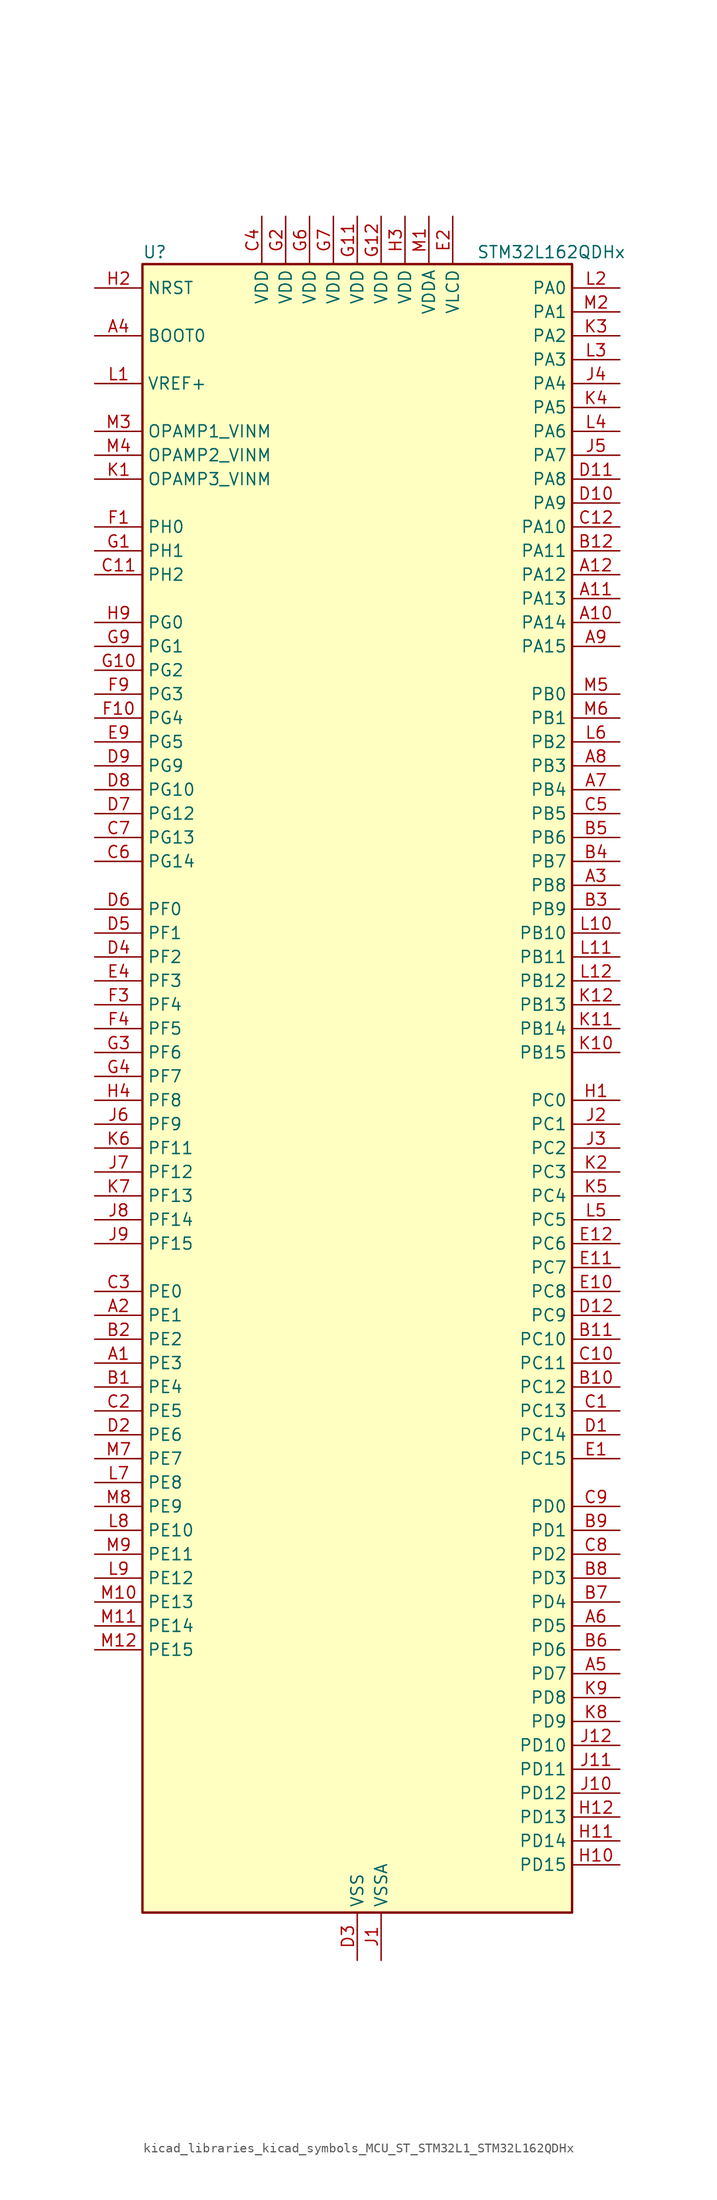
<source format=kicad_sym>
(kicad_symbol_lib
  (version 20220914)
  (generator kicad_symbol_editor)
  (symbol "kicad_libraries_kicad_symbols_MCU_ST_STM32L1_STM32L162QDHx"
    (property "Reference" "U"
      (at -22.86 90.17 0)
      (effects (font (size 1.27 1.27)) (justify left)))
    (property "Value" "STM32L162QDHx"
      (at 12.7 90.17 0)
      (effects (font (size 1.27 1.27)) (justify left)))
    (property "ki_locked" ""
      (at 0 0 0)
      (effects (font (size 1.27 1.27))))
    (symbol "kicad_libraries_kicad_symbols_MCU_ST_STM32L1_STM32L162QDHx_0_1"
      (rectangle (start -22.86 -86.36) (end 22.86 88.9) (stroke (width 0.254) (type default)) (fill (type background))))
    (symbol "kicad_libraries_kicad_symbols_MCU_ST_STM32L1_STM32L162QDHx_1_1"
      (pin bidirectional line (at -27.94 -27.94 0) (length 5.08) (name "PE3" (effects (font (size 1.27 1.27)))) (number "A1" (effects (font (size 1.27 1.27)))) (alternate "FSMC_A19" bidirectional line) (alternate "LCD_SEG39" bidirectional line) (alternate "SYS_TRACED0" bidirectional line) (alternate "TIM3_CH1" bidirectional line) (alternate "TIMX_IC4" bidirectional line))
      (pin bidirectional line (at 27.94 50.8 180) (length 5.08) (name "PA14" (effects (font (size 1.27 1.27)))) (number "A10" (effects (font (size 1.27 1.27)))) (alternate "SYS_JTCK-SWCLK" bidirectional line) (alternate "TIMX_IC3" bidirectional line) (alternate "TS_G5_IO2" bidirectional line))
      (pin bidirectional line (at 27.94 53.34 180) (length 5.08) (name "PA13" (effects (font (size 1.27 1.27)))) (number "A11" (effects (font (size 1.27 1.27)))) (alternate "SYS_JTMS-SWDIO" bidirectional line) (alternate "TIMX_IC2" bidirectional line) (alternate "TS_G5_IO1" bidirectional line))
      (pin bidirectional line (at 27.94 55.88 180) (length 5.08) (name "PA12" (effects (font (size 1.27 1.27)))) (number "A12" (effects (font (size 1.27 1.27)))) (alternate "SPI1_MOSI" bidirectional line) (alternate "TIMX_IC1" bidirectional line) (alternate "USART1_RTS" bidirectional line) (alternate "USB_DP" bidirectional line))
      (pin bidirectional line (at -27.94 -22.86 0) (length 5.08) (name "PE1" (effects (font (size 1.27 1.27)))) (number "A2" (effects (font (size 1.27 1.27)))) (alternate "FSMC_NBL1" bidirectional line) (alternate "LCD_SEG37" bidirectional line) (alternate "TIM11_CH1" bidirectional line) (alternate "TIMX_IC2" bidirectional line))
      (pin bidirectional line (at 27.94 22.86 180) (length 5.08) (name "PB8" (effects (font (size 1.27 1.27)))) (number "A3" (effects (font (size 1.27 1.27)))) (alternate "I2C1_SCL" bidirectional line) (alternate "LCD_SEG16" bidirectional line) (alternate "SDIO_D4" bidirectional line) (alternate "TIM10_CH1" bidirectional line) (alternate "TIM4_CH3" bidirectional line))
      (pin input line (at -27.94 81.28 0) (length 5.08) (name "BOOT0" (effects (font (size 1.27 1.27)))) (number "A4" (effects (font (size 1.27 1.27)))))
      (pin bidirectional line (at 27.94 -60.96 180) (length 5.08) (name "PD7" (effects (font (size 1.27 1.27)))) (number "A5" (effects (font (size 1.27 1.27)))) (alternate "FSMC_NE1" bidirectional line) (alternate "TIM9_CH2" bidirectional line) (alternate "TIMX_IC4" bidirectional line) (alternate "USART2_CK" bidirectional line))
      (pin bidirectional line (at 27.94 -55.88 180) (length 5.08) (name "PD5" (effects (font (size 1.27 1.27)))) (number "A6" (effects (font (size 1.27 1.27)))) (alternate "FSMC_NWE" bidirectional line) (alternate "TIMX_IC2" bidirectional line) (alternate "USART2_TX" bidirectional line))
      (pin bidirectional line (at 27.94 33.02 180) (length 5.08) (name "PB4" (effects (font (size 1.27 1.27)))) (number "A7" (effects (font (size 1.27 1.27)))) (alternate "COMP2_INP" bidirectional line) (alternate "LCD_SEG8" bidirectional line) (alternate "SPI1_MISO" bidirectional line) (alternate "SPI3_MISO" bidirectional line) (alternate "SYS_JTRST" bidirectional line) (alternate "TIM3_CH1" bidirectional line) (alternate "TS_G6_IO1" bidirectional line))
      (pin bidirectional line (at 27.94 35.56 180) (length 5.08) (name "PB3" (effects (font (size 1.27 1.27)))) (number "A8" (effects (font (size 1.27 1.27)))) (alternate "COMP2_INM" bidirectional line) (alternate "I2S3_CK" bidirectional line) (alternate "LCD_SEG7" bidirectional line) (alternate "SPI1_SCK" bidirectional line) (alternate "SPI3_SCK" bidirectional line) (alternate "SYS_JTDO-TRACESWO" bidirectional line) (alternate "TIM2_CH2" bidirectional line))
      (pin bidirectional line (at 27.94 48.26 180) (length 5.08) (name "PA15" (effects (font (size 1.27 1.27)))) (number "A9" (effects (font (size 1.27 1.27)))) (alternate "ADC_EXTI15" bidirectional line) (alternate "I2S3_WS" bidirectional line) (alternate "LCD_SEG17" bidirectional line) (alternate "SPI1_NSS" bidirectional line) (alternate "SPI3_NSS" bidirectional line) (alternate "SYS_JTDI" bidirectional line) (alternate "TIM2_CH1" bidirectional line) (alternate "TIM2_ETR" bidirectional line) (alternate "TIMX_IC4" bidirectional line) (alternate "TS_G5_IO3" bidirectional line))
      (pin bidirectional line (at -27.94 -30.48 0) (length 5.08) (name "PE4" (effects (font (size 1.27 1.27)))) (number "B1" (effects (font (size 1.27 1.27)))) (alternate "FSMC_A20" bidirectional line) (alternate "SYS_TRACED1" bidirectional line) (alternate "TIM3_CH2" bidirectional line) (alternate "TIMX_IC1" bidirectional line))
      (pin bidirectional line (at 27.94 -30.48 180) (length 5.08) (name "PC12" (effects (font (size 1.27 1.27)))) (number "B10" (effects (font (size 1.27 1.27)))) (alternate "I2S3_SD" bidirectional line) (alternate "LCD_COM6" bidirectional line) (alternate "LCD_SEG30" bidirectional line) (alternate "LCD_SEG42" bidirectional line) (alternate "SDIO_CK" bidirectional line) (alternate "SPI3_MOSI" bidirectional line) (alternate "TIMX_IC1" bidirectional line) (alternate "UART5_TX" bidirectional line) (alternate "USART3_CK" bidirectional line))
      (pin bidirectional line (at 27.94 -25.4 180) (length 5.08) (name "PC10" (effects (font (size 1.27 1.27)))) (number "B11" (effects (font (size 1.27 1.27)))) (alternate "I2S3_CK" bidirectional line) (alternate "LCD_COM4" bidirectional line) (alternate "LCD_SEG28" bidirectional line) (alternate "LCD_SEG40" bidirectional line) (alternate "SDIO_D2" bidirectional line) (alternate "SPI3_SCK" bidirectional line) (alternate "TIMX_IC3" bidirectional line) (alternate "UART4_TX" bidirectional line) (alternate "USART3_TX" bidirectional line))
      (pin bidirectional line (at 27.94 58.42 180) (length 5.08) (name "PA11" (effects (font (size 1.27 1.27)))) (number "B12" (effects (font (size 1.27 1.27)))) (alternate "ADC_EXTI11" bidirectional line) (alternate "SPI1_MISO" bidirectional line) (alternate "TIMX_IC4" bidirectional line) (alternate "USART1_CTS" bidirectional line) (alternate "USB_DM" bidirectional line))
      (pin bidirectional line (at -27.94 -25.4 0) (length 5.08) (name "PE2" (effects (font (size 1.27 1.27)))) (number "B2" (effects (font (size 1.27 1.27)))) (alternate "FSMC_A23" bidirectional line) (alternate "LCD_SEG38" bidirectional line) (alternate "SYS_TRACECK" bidirectional line) (alternate "TIM3_ETR" bidirectional line) (alternate "TIMX_IC3" bidirectional line))
      (pin bidirectional line (at 27.94 20.32 180) (length 5.08) (name "PB9" (effects (font (size 1.27 1.27)))) (number "B3" (effects (font (size 1.27 1.27)))) (alternate "DAC_EXTI9" bidirectional line) (alternate "I2C1_SDA" bidirectional line) (alternate "LCD_COM3" bidirectional line) (alternate "SDIO_D5" bidirectional line) (alternate "TIM11_CH1" bidirectional line) (alternate "TIM4_CH4" bidirectional line))
      (pin bidirectional line (at 27.94 25.4 180) (length 5.08) (name "PB7" (effects (font (size 1.27 1.27)))) (number "B4" (effects (font (size 1.27 1.27)))) (alternate "COMP2_INP" bidirectional line) (alternate "FSMC_NL" bidirectional line) (alternate "I2C1_SDA" bidirectional line) (alternate "SYS_PVD_IN" bidirectional line) (alternate "TIM4_CH2" bidirectional line) (alternate "TS_G6_IO4" bidirectional line) (alternate "USART1_RX" bidirectional line))
      (pin bidirectional line (at 27.94 27.94 180) (length 5.08) (name "PB6" (effects (font (size 1.27 1.27)))) (number "B5" (effects (font (size 1.27 1.27)))) (alternate "COMP2_INP" bidirectional line) (alternate "I2C1_SCL" bidirectional line) (alternate "TIM4_CH1" bidirectional line) (alternate "TS_G6_IO3" bidirectional line) (alternate "USART1_TX" bidirectional line))
      (pin bidirectional line (at 27.94 -58.42 180) (length 5.08) (name "PD6" (effects (font (size 1.27 1.27)))) (number "B6" (effects (font (size 1.27 1.27)))) (alternate "FSMC_NWAIT" bidirectional line) (alternate "TIMX_IC3" bidirectional line) (alternate "USART2_RX" bidirectional line))
      (pin bidirectional line (at 27.94 -53.34 180) (length 5.08) (name "PD4" (effects (font (size 1.27 1.27)))) (number "B7" (effects (font (size 1.27 1.27)))) (alternate "FSMC_NOE" bidirectional line) (alternate "I2S2_SD" bidirectional line) (alternate "SPI2_MOSI" bidirectional line) (alternate "TIMX_IC1" bidirectional line) (alternate "USART2_RTS" bidirectional line))
      (pin bidirectional line (at 27.94 -50.8 180) (length 5.08) (name "PD3" (effects (font (size 1.27 1.27)))) (number "B8" (effects (font (size 1.27 1.27)))) (alternate "FSMC_CLK" bidirectional line) (alternate "SPI2_MISO" bidirectional line) (alternate "TIMX_IC4" bidirectional line) (alternate "USART2_CTS" bidirectional line))
      (pin bidirectional line (at 27.94 -45.72 180) (length 5.08) (name "PD1" (effects (font (size 1.27 1.27)))) (number "B9" (effects (font (size 1.27 1.27)))) (alternate "FSMC_D3" bidirectional line) (alternate "FSMC_DA3" bidirectional line) (alternate "I2S2_CK" bidirectional line) (alternate "SPI2_SCK" bidirectional line) (alternate "TIMX_IC2" bidirectional line))
      (pin bidirectional line (at 27.94 -33.02 180) (length 5.08) (name "PC13" (effects (font (size 1.27 1.27)))) (number "C1" (effects (font (size 1.27 1.27)))) (alternate "RTC_OUT_ALARM" bidirectional line) (alternate "RTC_OUT_CALIB" bidirectional line) (alternate "RTC_TAMP1" bidirectional line) (alternate "RTC_TS" bidirectional line) (alternate "SYS_WKUP2" bidirectional line) (alternate "TIMX_IC2" bidirectional line))
      (pin bidirectional line (at 27.94 -27.94 180) (length 5.08) (name "PC11" (effects (font (size 1.27 1.27)))) (number "C10" (effects (font (size 1.27 1.27)))) (alternate "ADC_EXTI11" bidirectional line) (alternate "LCD_COM5" bidirectional line) (alternate "LCD_SEG29" bidirectional line) (alternate "LCD_SEG41" bidirectional line) (alternate "SDIO_D3" bidirectional line) (alternate "SPI3_MISO" bidirectional line) (alternate "TIMX_IC4" bidirectional line) (alternate "UART4_RX" bidirectional line) (alternate "USART3_RX" bidirectional line))
      (pin bidirectional line (at -27.94 55.88 0) (length 5.08) (name "PH2" (effects (font (size 1.27 1.27)))) (number "C11" (effects (font (size 1.27 1.27)))) (alternate "FSMC_A22" bidirectional line))
      (pin bidirectional line (at 27.94 60.96 180) (length 5.08) (name "PA10" (effects (font (size 1.27 1.27)))) (number "C12" (effects (font (size 1.27 1.27)))) (alternate "LCD_COM2" bidirectional line) (alternate "TIMX_IC3" bidirectional line) (alternate "TS_G4_IO3" bidirectional line) (alternate "USART1_RX" bidirectional line))
      (pin bidirectional line (at -27.94 -33.02 0) (length 5.08) (name "PE5" (effects (font (size 1.27 1.27)))) (number "C2" (effects (font (size 1.27 1.27)))) (alternate "FSMC_A21" bidirectional line) (alternate "SYS_TRACED2" bidirectional line) (alternate "TIM9_CH1" bidirectional line) (alternate "TIMX_IC2" bidirectional line))
      (pin bidirectional line (at -27.94 -20.32 0) (length 5.08) (name "PE0" (effects (font (size 1.27 1.27)))) (number "C3" (effects (font (size 1.27 1.27)))) (alternate "FSMC_NBL0" bidirectional line) (alternate "LCD_SEG36" bidirectional line) (alternate "TIM10_CH1" bidirectional line) (alternate "TIM4_ETR" bidirectional line) (alternate "TIMX_IC1" bidirectional line))
      (pin power_in line (at -10.16 93.98 270) (length 5.08) (name "VDD" (effects (font (size 1.27 1.27)))) (number "C4" (effects (font (size 1.27 1.27)))))
      (pin bidirectional line (at 27.94 30.48 180) (length 5.08) (name "PB5" (effects (font (size 1.27 1.27)))) (number "C5" (effects (font (size 1.27 1.27)))) (alternate "COMP2_INP" bidirectional line) (alternate "I2C1_SMBA" bidirectional line) (alternate "I2S3_SD" bidirectional line) (alternate "LCD_SEG9" bidirectional line) (alternate "SPI1_MOSI" bidirectional line) (alternate "SPI3_MOSI" bidirectional line) (alternate "TIM3_CH2" bidirectional line) (alternate "TS_G6_IO2" bidirectional line))
      (pin bidirectional line (at -27.94 25.4 0) (length 5.08) (name "PG14" (effects (font (size 1.27 1.27)))) (number "C6" (effects (font (size 1.27 1.27)))) (alternate "FSMC_A25" bidirectional line))
      (pin bidirectional line (at -27.94 27.94 0) (length 5.08) (name "PG13" (effects (font (size 1.27 1.27)))) (number "C7" (effects (font (size 1.27 1.27)))) (alternate "FSMC_A24" bidirectional line))
      (pin bidirectional line (at 27.94 -48.26 180) (length 5.08) (name "PD2" (effects (font (size 1.27 1.27)))) (number "C8" (effects (font (size 1.27 1.27)))) (alternate "LCD_COM7" bidirectional line) (alternate "LCD_SEG31" bidirectional line) (alternate "LCD_SEG43" bidirectional line) (alternate "SDIO_CMD" bidirectional line) (alternate "TIM3_ETR" bidirectional line) (alternate "TIMX_IC3" bidirectional line) (alternate "UART5_RX" bidirectional line))
      (pin bidirectional line (at 27.94 -43.18 180) (length 5.08) (name "PD0" (effects (font (size 1.27 1.27)))) (number "C9" (effects (font (size 1.27 1.27)))) (alternate "FSMC_D2" bidirectional line) (alternate "FSMC_DA2" bidirectional line) (alternate "I2S2_WS" bidirectional line) (alternate "SPI2_NSS" bidirectional line) (alternate "TIM9_CH1" bidirectional line) (alternate "TIMX_IC1" bidirectional line))
      (pin bidirectional line (at 27.94 -35.56 180) (length 5.08) (name "PC14" (effects (font (size 1.27 1.27)))) (number "D1" (effects (font (size 1.27 1.27)))) (alternate "RCC_OSC32_IN" bidirectional line) (alternate "TIMX_IC3" bidirectional line))
      (pin bidirectional line (at 27.94 63.5 180) (length 5.08) (name "PA9" (effects (font (size 1.27 1.27)))) (number "D10" (effects (font (size 1.27 1.27)))) (alternate "DAC_EXTI9" bidirectional line) (alternate "LCD_COM1" bidirectional line) (alternate "TIMX_IC2" bidirectional line) (alternate "TS_G4_IO2" bidirectional line) (alternate "USART1_TX" bidirectional line))
      (pin bidirectional line (at 27.94 66.04 180) (length 5.08) (name "PA8" (effects (font (size 1.27 1.27)))) (number "D11" (effects (font (size 1.27 1.27)))) (alternate "LCD_COM0" bidirectional line) (alternate "RCC_MCO" bidirectional line) (alternate "TIMX_IC1" bidirectional line) (alternate "TS_G4_IO1" bidirectional line) (alternate "USART1_CK" bidirectional line))
      (pin bidirectional line (at 27.94 -22.86 180) (length 5.08) (name "PC9" (effects (font (size 1.27 1.27)))) (number "D12" (effects (font (size 1.27 1.27)))) (alternate "DAC_EXTI9" bidirectional line) (alternate "LCD_SEG27" bidirectional line) (alternate "SDIO_D1" bidirectional line) (alternate "TIM3_CH4" bidirectional line) (alternate "TIMX_IC2" bidirectional line) (alternate "TS_G10_IO4" bidirectional line))
      (pin bidirectional line (at -27.94 -35.56 0) (length 5.08) (name "PE6" (effects (font (size 1.27 1.27)))) (number "D2" (effects (font (size 1.27 1.27)))) (alternate "RTC_TAMP3" bidirectional line) (alternate "SYS_TRACED3" bidirectional line) (alternate "SYS_WKUP3" bidirectional line) (alternate "TIM9_CH2" bidirectional line) (alternate "TIMX_IC3" bidirectional line))
      (pin power_in line (at 0 -91.44 90) (length 5.08) (name "VSS" (effects (font (size 1.27 1.27)))) (number "D3" (effects (font (size 1.27 1.27)))))
      (pin bidirectional line (at -27.94 15.24 0) (length 5.08) (name "PF2" (effects (font (size 1.27 1.27)))) (number "D4" (effects (font (size 1.27 1.27)))) (alternate "FSMC_A2" bidirectional line))
      (pin bidirectional line (at -27.94 17.78 0) (length 5.08) (name "PF1" (effects (font (size 1.27 1.27)))) (number "D5" (effects (font (size 1.27 1.27)))) (alternate "FSMC_A1" bidirectional line))
      (pin bidirectional line (at -27.94 20.32 0) (length 5.08) (name "PF0" (effects (font (size 1.27 1.27)))) (number "D6" (effects (font (size 1.27 1.27)))) (alternate "FSMC_A0" bidirectional line))
      (pin bidirectional line (at -27.94 30.48 0) (length 5.08) (name "PG12" (effects (font (size 1.27 1.27)))) (number "D7" (effects (font (size 1.27 1.27)))) (alternate "FSMC_NE4" bidirectional line))
      (pin bidirectional line (at -27.94 33.02 0) (length 5.08) (name "PG10" (effects (font (size 1.27 1.27)))) (number "D8" (effects (font (size 1.27 1.27)))) (alternate "FSMC_NE3" bidirectional line))
      (pin bidirectional line (at -27.94 35.56 0) (length 5.08) (name "PG9" (effects (font (size 1.27 1.27)))) (number "D9" (effects (font (size 1.27 1.27)))) (alternate "DAC_EXTI9" bidirectional line) (alternate "FSMC_NE2" bidirectional line))
      (pin bidirectional line (at 27.94 -38.1 180) (length 5.08) (name "PC15" (effects (font (size 1.27 1.27)))) (number "E1" (effects (font (size 1.27 1.27)))) (alternate "ADC_EXTI15" bidirectional line) (alternate "RCC_OSC32_OUT" bidirectional line) (alternate "TIMX_IC4" bidirectional line))
      (pin bidirectional line (at 27.94 -20.32 180) (length 5.08) (name "PC8" (effects (font (size 1.27 1.27)))) (number "E10" (effects (font (size 1.27 1.27)))) (alternate "LCD_SEG26" bidirectional line) (alternate "SDIO_D0" bidirectional line) (alternate "TIM3_CH3" bidirectional line) (alternate "TIMX_IC1" bidirectional line) (alternate "TS_G10_IO3" bidirectional line))
      (pin bidirectional line (at 27.94 -17.78 180) (length 5.08) (name "PC7" (effects (font (size 1.27 1.27)))) (number "E11" (effects (font (size 1.27 1.27)))) (alternate "I2S3_MCK" bidirectional line) (alternate "LCD_SEG25" bidirectional line) (alternate "SDIO_D7" bidirectional line) (alternate "TIM3_CH2" bidirectional line) (alternate "TIMX_IC4" bidirectional line) (alternate "TS_G10_IO2" bidirectional line))
      (pin bidirectional line (at 27.94 -15.24 180) (length 5.08) (name "PC6" (effects (font (size 1.27 1.27)))) (number "E12" (effects (font (size 1.27 1.27)))) (alternate "I2S2_MCK" bidirectional line) (alternate "LCD_SEG24" bidirectional line) (alternate "SDIO_D6" bidirectional line) (alternate "TIM3_CH1" bidirectional line) (alternate "TIMX_IC3" bidirectional line) (alternate "TS_G10_IO1" bidirectional line))
      (pin power_in line (at 10.16 93.98 270) (length 5.08) (name "VLCD" (effects (font (size 1.27 1.27)))) (number "E2" (effects (font (size 1.27 1.27)))))
      (pin passive line (at 0 -91.44 90) (length 5.08) hide (name "VSS" (effects (font (size 1.27 1.27)))) (number "E3" (effects (font (size 1.27 1.27)))))
      (pin bidirectional line (at -27.94 12.7 0) (length 5.08) (name "PF3" (effects (font (size 1.27 1.27)))) (number "E4" (effects (font (size 1.27 1.27)))) (alternate "FSMC_A3" bidirectional line))
      (pin bidirectional line (at -27.94 38.1 0) (length 5.08) (name "PG5" (effects (font (size 1.27 1.27)))) (number "E9" (effects (font (size 1.27 1.27)))) (alternate "FSMC_A15" bidirectional line))
      (pin bidirectional line (at -27.94 60.96 0) (length 5.08) (name "PH0" (effects (font (size 1.27 1.27)))) (number "F1" (effects (font (size 1.27 1.27)))) (alternate "RCC_OSC_IN" bidirectional line))
      (pin bidirectional line (at -27.94 40.64 0) (length 5.08) (name "PG4" (effects (font (size 1.27 1.27)))) (number "F10" (effects (font (size 1.27 1.27)))) (alternate "ADC_IN12b" bidirectional line) (alternate "FSMC_A14" bidirectional line) (alternate "TS_G7_IO7" bidirectional line))
      (pin passive line (at 0 -91.44 90) (length 5.08) hide (name "VSS" (effects (font (size 1.27 1.27)))) (number "F11" (effects (font (size 1.27 1.27)))))
      (pin passive line (at 0 -91.44 90) (length 5.08) hide (name "VSS" (effects (font (size 1.27 1.27)))) (number "F12" (effects (font (size 1.27 1.27)))))
      (pin passive line (at 0 -91.44 90) (length 5.08) hide (name "VSS" (effects (font (size 1.27 1.27)))) (number "F2" (effects (font (size 1.27 1.27)))))
      (pin bidirectional line (at -27.94 10.16 0) (length 5.08) (name "PF4" (effects (font (size 1.27 1.27)))) (number "F3" (effects (font (size 1.27 1.27)))) (alternate "FSMC_A4" bidirectional line))
      (pin bidirectional line (at -27.94 7.62 0) (length 5.08) (name "PF5" (effects (font (size 1.27 1.27)))) (number "F4" (effects (font (size 1.27 1.27)))) (alternate "FSMC_A5" bidirectional line))
      (pin passive line (at 0 -91.44 90) (length 5.08) hide (name "VSS" (effects (font (size 1.27 1.27)))) (number "F6" (effects (font (size 1.27 1.27)))))
      (pin passive line (at 0 -91.44 90) (length 5.08) hide (name "VSS" (effects (font (size 1.27 1.27)))) (number "F7" (effects (font (size 1.27 1.27)))))
      (pin bidirectional line (at -27.94 43.18 0) (length 5.08) (name "PG3" (effects (font (size 1.27 1.27)))) (number "F9" (effects (font (size 1.27 1.27)))) (alternate "ADC_IN11b" bidirectional line) (alternate "FSMC_A13" bidirectional line) (alternate "TS_G7_IO6" bidirectional line))
      (pin bidirectional line (at -27.94 58.42 0) (length 5.08) (name "PH1" (effects (font (size 1.27 1.27)))) (number "G1" (effects (font (size 1.27 1.27)))) (alternate "RCC_OSC_OUT" bidirectional line))
      (pin bidirectional line (at -27.94 45.72 0) (length 5.08) (name "PG2" (effects (font (size 1.27 1.27)))) (number "G10" (effects (font (size 1.27 1.27)))) (alternate "ADC_IN10b" bidirectional line) (alternate "FSMC_A12" bidirectional line) (alternate "TS_G7_IO5" bidirectional line))
      (pin power_in line (at 0 93.98 270) (length 5.08) (name "VDD" (effects (font (size 1.27 1.27)))) (number "G11" (effects (font (size 1.27 1.27)))))
      (pin power_in line (at 2.54 93.98 270) (length 5.08) (name "VDD" (effects (font (size 1.27 1.27)))) (number "G12" (effects (font (size 1.27 1.27)))))
      (pin power_in line (at -7.62 93.98 270) (length 5.08) (name "VDD" (effects (font (size 1.27 1.27)))) (number "G2" (effects (font (size 1.27 1.27)))))
      (pin bidirectional line (at -27.94 5.08 0) (length 5.08) (name "PF6" (effects (font (size 1.27 1.27)))) (number "G3" (effects (font (size 1.27 1.27)))) (alternate "ADC_IN27" bidirectional line) (alternate "TIM5_CH1" bidirectional line) (alternate "TIM5_ETR" bidirectional line) (alternate "TS_G11_IO1" bidirectional line))
      (pin bidirectional line (at -27.94 2.54 0) (length 5.08) (name "PF7" (effects (font (size 1.27 1.27)))) (number "G4" (effects (font (size 1.27 1.27)))) (alternate "ADC_IN28" bidirectional line) (alternate "COMP1_INP" bidirectional line) (alternate "TIM5_CH2" bidirectional line) (alternate "TS_G11_IO2" bidirectional line))
      (pin power_in line (at -5.08 93.98 270) (length 5.08) (name "VDD" (effects (font (size 1.27 1.27)))) (number "G6" (effects (font (size 1.27 1.27)))))
      (pin power_in line (at -2.54 93.98 270) (length 5.08) (name "VDD" (effects (font (size 1.27 1.27)))) (number "G7" (effects (font (size 1.27 1.27)))))
      (pin bidirectional line (at -27.94 48.26 0) (length 5.08) (name "PG1" (effects (font (size 1.27 1.27)))) (number "G9" (effects (font (size 1.27 1.27)))) (alternate "ADC_IN9b" bidirectional line) (alternate "FSMC_A11" bidirectional line) (alternate "TS_G2_IO5" bidirectional line))
      (pin bidirectional line (at 27.94 0 180) (length 5.08) (name "PC0" (effects (font (size 1.27 1.27)))) (number "H1" (effects (font (size 1.27 1.27)))) (alternate "ADC_IN10" bidirectional line) (alternate "COMP1_INP" bidirectional line) (alternate "LCD_SEG18" bidirectional line) (alternate "TIMX_IC1" bidirectional line) (alternate "TS_G8_IO1" bidirectional line))
      (pin bidirectional line (at 27.94 -81.28 180) (length 5.08) (name "PD15" (effects (font (size 1.27 1.27)))) (number "H10" (effects (font (size 1.27 1.27)))) (alternate "ADC_EXTI15" bidirectional line) (alternate "FSMC_D1" bidirectional line) (alternate "FSMC_DA1" bidirectional line) (alternate "LCD_SEG35" bidirectional line) (alternate "TIM4_CH4" bidirectional line) (alternate "TIMX_IC4" bidirectional line))
      (pin bidirectional line (at 27.94 -78.74 180) (length 5.08) (name "PD14" (effects (font (size 1.27 1.27)))) (number "H11" (effects (font (size 1.27 1.27)))) (alternate "FSMC_D0" bidirectional line) (alternate "FSMC_DA0" bidirectional line) (alternate "LCD_SEG34" bidirectional line) (alternate "TIM4_CH3" bidirectional line) (alternate "TIMX_IC3" bidirectional line))
      (pin bidirectional line (at 27.94 -76.2 180) (length 5.08) (name "PD13" (effects (font (size 1.27 1.27)))) (number "H12" (effects (font (size 1.27 1.27)))) (alternate "FSMC_A18" bidirectional line) (alternate "LCD_SEG33" bidirectional line) (alternate "TIM4_CH2" bidirectional line) (alternate "TIMX_IC2" bidirectional line))
      (pin input line (at -27.94 86.36 0) (length 5.08) (name "NRST" (effects (font (size 1.27 1.27)))) (number "H2" (effects (font (size 1.27 1.27)))))
      (pin power_in line (at 5.08 93.98 270) (length 5.08) (name "VDD" (effects (font (size 1.27 1.27)))) (number "H3" (effects (font (size 1.27 1.27)))))
      (pin bidirectional line (at -27.94 0 0) (length 5.08) (name "PF8" (effects (font (size 1.27 1.27)))) (number "H4" (effects (font (size 1.27 1.27)))) (alternate "ADC_IN29" bidirectional line) (alternate "COMP1_INP" bidirectional line) (alternate "TIM5_CH3" bidirectional line) (alternate "TS_G11_IO3" bidirectional line))
      (pin bidirectional line (at -27.94 50.8 0) (length 5.08) (name "PG0" (effects (font (size 1.27 1.27)))) (number "H9" (effects (font (size 1.27 1.27)))) (alternate "ADC_IN8b" bidirectional line) (alternate "FSMC_A10" bidirectional line) (alternate "TS_G2_IO4" bidirectional line))
      (pin power_in line (at 2.54 -91.44 90) (length 5.08) (name "VSSA" (effects (font (size 1.27 1.27)))) (number "J1" (effects (font (size 1.27 1.27)))))
      (pin bidirectional line (at 27.94 -73.66 180) (length 5.08) (name "PD12" (effects (font (size 1.27 1.27)))) (number "J10" (effects (font (size 1.27 1.27)))) (alternate "FSMC_A17" bidirectional line) (alternate "LCD_SEG32" bidirectional line) (alternate "TIM4_CH1" bidirectional line) (alternate "TIMX_IC1" bidirectional line) (alternate "USART3_RTS" bidirectional line))
      (pin bidirectional line (at 27.94 -71.12 180) (length 5.08) (name "PD11" (effects (font (size 1.27 1.27)))) (number "J11" (effects (font (size 1.27 1.27)))) (alternate "ADC_EXTI11" bidirectional line) (alternate "FSMC_A16" bidirectional line) (alternate "LCD_SEG31" bidirectional line) (alternate "TIMX_IC4" bidirectional line) (alternate "USART3_CTS" bidirectional line))
      (pin bidirectional line (at 27.94 -68.58 180) (length 5.08) (name "PD10" (effects (font (size 1.27 1.27)))) (number "J12" (effects (font (size 1.27 1.27)))) (alternate "FSMC_D15" bidirectional line) (alternate "FSMC_DA15" bidirectional line) (alternate "LCD_SEG30" bidirectional line) (alternate "TIMX_IC3" bidirectional line) (alternate "USART3_CK" bidirectional line))
      (pin bidirectional line (at 27.94 -2.54 180) (length 5.08) (name "PC1" (effects (font (size 1.27 1.27)))) (number "J2" (effects (font (size 1.27 1.27)))) (alternate "ADC_IN11" bidirectional line) (alternate "COMP1_INP" bidirectional line) (alternate "LCD_SEG19" bidirectional line) (alternate "OPAMP3_VINP" bidirectional line) (alternate "TIMX_IC2" bidirectional line) (alternate "TS_G8_IO2" bidirectional line))
      (pin bidirectional line (at 27.94 -5.08 180) (length 5.08) (name "PC2" (effects (font (size 1.27 1.27)))) (number "J3" (effects (font (size 1.27 1.27)))) (alternate "ADC_IN12" bidirectional line) (alternate "COMP1_INP" bidirectional line) (alternate "LCD_SEG20" bidirectional line) (alternate "TIMX_IC3" bidirectional line) (alternate "TS_G8_IO3" bidirectional line))
      (pin bidirectional line (at 27.94 76.2 180) (length 5.08) (name "PA4" (effects (font (size 1.27 1.27)))) (number "J4" (effects (font (size 1.27 1.27)))) (alternate "ADC_IN4" bidirectional line) (alternate "COMP1_INP" bidirectional line) (alternate "DAC_OUT1" bidirectional line) (alternate "I2S3_WS" bidirectional line) (alternate "SPI1_NSS" bidirectional line) (alternate "SPI3_NSS" bidirectional line) (alternate "TIMX_IC1" bidirectional line) (alternate "USART2_CK" bidirectional line))
      (pin bidirectional line (at 27.94 68.58 180) (length 5.08) (name "PA7" (effects (font (size 1.27 1.27)))) (number "J5" (effects (font (size 1.27 1.27)))) (alternate "ADC_IN7" bidirectional line) (alternate "COMP1_INP" bidirectional line) (alternate "LCD_SEG4" bidirectional line) (alternate "SPI1_MOSI" bidirectional line) (alternate "TIM11_CH1" bidirectional line) (alternate "TIM3_CH2" bidirectional line) (alternate "TIMX_IC4" bidirectional line) (alternate "TS_G2_IO2" bidirectional line))
      (pin bidirectional line (at -27.94 -2.54 0) (length 5.08) (name "PF9" (effects (font (size 1.27 1.27)))) (number "J6" (effects (font (size 1.27 1.27)))) (alternate "ADC_IN30" bidirectional line) (alternate "COMP1_INP" bidirectional line) (alternate "DAC_EXTI9" bidirectional line) (alternate "TIM5_CH4" bidirectional line) (alternate "TS_G11_IO4" bidirectional line))
      (pin bidirectional line (at -27.94 -7.62 0) (length 5.08) (name "PF12" (effects (font (size 1.27 1.27)))) (number "J7" (effects (font (size 1.27 1.27)))) (alternate "ADC_IN2b" bidirectional line) (alternate "FSMC_A6" bidirectional line) (alternate "TS_G3_IO5" bidirectional line))
      (pin bidirectional line (at -27.94 -12.7 0) (length 5.08) (name "PF14" (effects (font (size 1.27 1.27)))) (number "J8" (effects (font (size 1.27 1.27)))) (alternate "ADC_IN6b" bidirectional line) (alternate "FSMC_A8" bidirectional line) (alternate "TS_G9_IO4" bidirectional line))
      (pin bidirectional line (at -27.94 -15.24 0) (length 5.08) (name "PF15" (effects (font (size 1.27 1.27)))) (number "J9" (effects (font (size 1.27 1.27)))) (alternate "ADC_EXTI15" bidirectional line) (alternate "ADC_IN7b" bidirectional line) (alternate "FSMC_A9" bidirectional line) (alternate "TS_G2_IO3" bidirectional line))
      (pin input line (at -27.94 66.04 0) (length 5.08) (name "OPAMP3_VINM" (effects (font (size 1.27 1.27)))) (number "K1" (effects (font (size 1.27 1.27)))) (alternate "OPAMP3_VINM" bidirectional line))
      (pin bidirectional line (at 27.94 5.08 180) (length 5.08) (name "PB15" (effects (font (size 1.27 1.27)))) (number "K10" (effects (font (size 1.27 1.27)))) (alternate "ADC_EXTI15" bidirectional line) (alternate "ADC_IN21" bidirectional line) (alternate "COMP1_INP" bidirectional line) (alternate "I2S2_SD" bidirectional line) (alternate "LCD_SEG15" bidirectional line) (alternate "RTC_REFIN" bidirectional line) (alternate "SPI2_MOSI" bidirectional line) (alternate "TIM11_CH1" bidirectional line) (alternate "TS_G7_IO4" bidirectional line))
      (pin bidirectional line (at 27.94 7.62 180) (length 5.08) (name "PB14" (effects (font (size 1.27 1.27)))) (number "K11" (effects (font (size 1.27 1.27)))) (alternate "ADC_IN20" bidirectional line) (alternate "COMP1_INP" bidirectional line) (alternate "LCD_SEG14" bidirectional line) (alternate "SPI2_MISO" bidirectional line) (alternate "TIM9_CH2" bidirectional line) (alternate "TS_G7_IO3" bidirectional line) (alternate "USART3_RTS" bidirectional line))
      (pin bidirectional line (at 27.94 10.16 180) (length 5.08) (name "PB13" (effects (font (size 1.27 1.27)))) (number "K12" (effects (font (size 1.27 1.27)))) (alternate "ADC_IN19" bidirectional line) (alternate "COMP1_INP" bidirectional line) (alternate "I2S2_CK" bidirectional line) (alternate "LCD_SEG13" bidirectional line) (alternate "SPI2_SCK" bidirectional line) (alternate "TIM9_CH1" bidirectional line) (alternate "TS_G7_IO2" bidirectional line) (alternate "USART3_CTS" bidirectional line))
      (pin bidirectional line (at 27.94 -7.62 180) (length 5.08) (name "PC3" (effects (font (size 1.27 1.27)))) (number "K2" (effects (font (size 1.27 1.27)))) (alternate "ADC_IN13" bidirectional line) (alternate "COMP1_INP" bidirectional line) (alternate "LCD_SEG21" bidirectional line) (alternate "OPAMP3_VOUT" bidirectional line) (alternate "TIMX_IC4" bidirectional line) (alternate "TS_G8_IO4" bidirectional line))
      (pin bidirectional line (at 27.94 81.28 180) (length 5.08) (name "PA2" (effects (font (size 1.27 1.27)))) (number "K3" (effects (font (size 1.27 1.27)))) (alternate "ADC_IN2" bidirectional line) (alternate "COMP1_INP" bidirectional line) (alternate "LCD_SEG1" bidirectional line) (alternate "TIM2_CH3" bidirectional line) (alternate "TIM5_CH3" bidirectional line) (alternate "TIM9_CH1" bidirectional line) (alternate "TIMX_IC3" bidirectional line) (alternate "TS_G1_IO3" bidirectional line) (alternate "USART2_TX" bidirectional line))
      (pin bidirectional line (at 27.94 73.66 180) (length 5.08) (name "PA5" (effects (font (size 1.27 1.27)))) (number "K4" (effects (font (size 1.27 1.27)))) (alternate "ADC_IN5" bidirectional line) (alternate "COMP1_INP" bidirectional line) (alternate "DAC_OUT2" bidirectional line) (alternate "SPI1_SCK" bidirectional line) (alternate "TIM2_CH1" bidirectional line) (alternate "TIM2_ETR" bidirectional line) (alternate "TIMX_IC2" bidirectional line))
      (pin bidirectional line (at 27.94 -10.16 180) (length 5.08) (name "PC4" (effects (font (size 1.27 1.27)))) (number "K5" (effects (font (size 1.27 1.27)))) (alternate "ADC_IN14" bidirectional line) (alternate "COMP1_INP" bidirectional line) (alternate "LCD_SEG22" bidirectional line) (alternate "TIMX_IC1" bidirectional line) (alternate "TS_G9_IO1" bidirectional line))
      (pin bidirectional line (at -27.94 -5.08 0) (length 5.08) (name "PF11" (effects (font (size 1.27 1.27)))) (number "K6" (effects (font (size 1.27 1.27)))) (alternate "ADC_EXTI11" bidirectional line) (alternate "ADC_IN1b" bidirectional line) (alternate "TS_G3_IO4" bidirectional line))
      (pin bidirectional line (at -27.94 -10.16 0) (length 5.08) (name "PF13" (effects (font (size 1.27 1.27)))) (number "K7" (effects (font (size 1.27 1.27)))) (alternate "ADC_IN3b" bidirectional line) (alternate "FSMC_A7" bidirectional line) (alternate "TS_G9_IO3" bidirectional line))
      (pin bidirectional line (at 27.94 -66.04 180) (length 5.08) (name "PD9" (effects (font (size 1.27 1.27)))) (number "K8" (effects (font (size 1.27 1.27)))) (alternate "DAC_EXTI9" bidirectional line) (alternate "FSMC_D14" bidirectional line) (alternate "FSMC_DA14" bidirectional line) (alternate "LCD_SEG29" bidirectional line) (alternate "TIMX_IC2" bidirectional line) (alternate "USART3_RX" bidirectional line))
      (pin bidirectional line (at 27.94 -63.5 180) (length 5.08) (name "PD8" (effects (font (size 1.27 1.27)))) (number "K9" (effects (font (size 1.27 1.27)))) (alternate "FSMC_D13" bidirectional line) (alternate "FSMC_DA13" bidirectional line) (alternate "LCD_SEG28" bidirectional line) (alternate "TIMX_IC1" bidirectional line) (alternate "USART3_TX" bidirectional line))
      (pin input line (at -27.94 76.2 0) (length 5.08) (name "VREF+" (effects (font (size 1.27 1.27)))) (number "L1" (effects (font (size 1.27 1.27)))))
      (pin bidirectional line (at 27.94 17.78 180) (length 5.08) (name "PB10" (effects (font (size 1.27 1.27)))) (number "L10" (effects (font (size 1.27 1.27)))) (alternate "I2C2_SCL" bidirectional line) (alternate "LCD_SEG10" bidirectional line) (alternate "TIM2_CH3" bidirectional line) (alternate "USART3_TX" bidirectional line))
      (pin bidirectional line (at 27.94 15.24 180) (length 5.08) (name "PB11" (effects (font (size 1.27 1.27)))) (number "L11" (effects (font (size 1.27 1.27)))) (alternate "ADC_EXTI11" bidirectional line) (alternate "I2C2_SDA" bidirectional line) (alternate "LCD_SEG11" bidirectional line) (alternate "TIM2_CH4" bidirectional line) (alternate "USART3_RX" bidirectional line))
      (pin bidirectional line (at 27.94 12.7 180) (length 5.08) (name "PB12" (effects (font (size 1.27 1.27)))) (number "L12" (effects (font (size 1.27 1.27)))) (alternate "ADC_IN18" bidirectional line) (alternate "COMP1_INP" bidirectional line) (alternate "I2C2_SMBA" bidirectional line) (alternate "I2S2_WS" bidirectional line) (alternate "LCD_SEG12" bidirectional line) (alternate "SPI2_NSS" bidirectional line) (alternate "TIM10_CH1" bidirectional line) (alternate "TS_G7_IO1" bidirectional line) (alternate "USART3_CK" bidirectional line))
      (pin bidirectional line (at 27.94 86.36 180) (length 5.08) (name "PA0" (effects (font (size 1.27 1.27)))) (number "L2" (effects (font (size 1.27 1.27)))) (alternate "ADC_IN0" bidirectional line) (alternate "COMP1_INP" bidirectional line) (alternate "RTC_TAMP2" bidirectional line) (alternate "SYS_WKUP1" bidirectional line) (alternate "TIM2_CH1" bidirectional line) (alternate "TIM2_ETR" bidirectional line) (alternate "TIM5_CH1" bidirectional line) (alternate "TIMX_IC1" bidirectional line) (alternate "TS_G1_IO1" bidirectional line) (alternate "USART2_CTS" bidirectional line))
      (pin bidirectional line (at 27.94 78.74 180) (length 5.08) (name "PA3" (effects (font (size 1.27 1.27)))) (number "L3" (effects (font (size 1.27 1.27)))) (alternate "ADC_IN3" bidirectional line) (alternate "COMP1_INP" bidirectional line) (alternate "LCD_SEG2" bidirectional line) (alternate "OPAMP1_VOUT" bidirectional line) (alternate "TIM2_CH4" bidirectional line) (alternate "TIM5_CH4" bidirectional line) (alternate "TIM9_CH2" bidirectional line) (alternate "TIMX_IC4" bidirectional line) (alternate "TS_G1_IO4" bidirectional line) (alternate "USART2_RX" bidirectional line))
      (pin bidirectional line (at 27.94 71.12 180) (length 5.08) (name "PA6" (effects (font (size 1.27 1.27)))) (number "L4" (effects (font (size 1.27 1.27)))) (alternate "ADC_IN6" bidirectional line) (alternate "COMP1_INP" bidirectional line) (alternate "LCD_SEG3" bidirectional line) (alternate "OPAMP2_VINP" bidirectional line) (alternate "SPI1_MISO" bidirectional line) (alternate "TIM10_CH1" bidirectional line) (alternate "TIM3_CH1" bidirectional line) (alternate "TIMX_IC3" bidirectional line) (alternate "TS_G2_IO1" bidirectional line))
      (pin bidirectional line (at 27.94 -12.7 180) (length 5.08) (name "PC5" (effects (font (size 1.27 1.27)))) (number "L5" (effects (font (size 1.27 1.27)))) (alternate "ADC_IN15" bidirectional line) (alternate "COMP1_INP" bidirectional line) (alternate "LCD_SEG23" bidirectional line) (alternate "TIMX_IC2" bidirectional line) (alternate "TS_G9_IO2" bidirectional line))
      (pin bidirectional line (at 27.94 38.1 180) (length 5.08) (name "PB2" (effects (font (size 1.27 1.27)))) (number "L6" (effects (font (size 1.27 1.27)))) (alternate "ADC_IN0b" bidirectional line) (alternate "TS_G3_IO3" bidirectional line))
      (pin bidirectional line (at -27.94 -40.64 0) (length 5.08) (name "PE8" (effects (font (size 1.27 1.27)))) (number "L7" (effects (font (size 1.27 1.27)))) (alternate "ADC_IN23" bidirectional line) (alternate "COMP1_INP" bidirectional line) (alternate "FSMC_D5" bidirectional line) (alternate "FSMC_DA5" bidirectional line) (alternate "TIMX_IC1" bidirectional line))
      (pin bidirectional line (at -27.94 -45.72 0) (length 5.08) (name "PE10" (effects (font (size 1.27 1.27)))) (number "L8" (effects (font (size 1.27 1.27)))) (alternate "ADC_IN25" bidirectional line) (alternate "COMP1_INP" bidirectional line) (alternate "FSMC_D7" bidirectional line) (alternate "FSMC_DA7" bidirectional line) (alternate "TIM2_CH2" bidirectional line) (alternate "TIMX_IC3" bidirectional line))
      (pin bidirectional line (at -27.94 -50.8 0) (length 5.08) (name "PE12" (effects (font (size 1.27 1.27)))) (number "L9" (effects (font (size 1.27 1.27)))) (alternate "FSMC_D9" bidirectional line) (alternate "FSMC_DA9" bidirectional line) (alternate "SPI1_NSS" bidirectional line) (alternate "TIM2_CH4" bidirectional line) (alternate "TIMX_IC1" bidirectional line))
      (pin power_in line (at 7.62 93.98 270) (length 5.08) (name "VDDA" (effects (font (size 1.27 1.27)))) (number "M1" (effects (font (size 1.27 1.27)))))
      (pin bidirectional line (at -27.94 -53.34 0) (length 5.08) (name "PE13" (effects (font (size 1.27 1.27)))) (number "M10" (effects (font (size 1.27 1.27)))) (alternate "FSMC_D10" bidirectional line) (alternate "FSMC_DA10" bidirectional line) (alternate "SPI1_SCK" bidirectional line) (alternate "TIMX_IC2" bidirectional line))
      (pin bidirectional line (at -27.94 -55.88 0) (length 5.08) (name "PE14" (effects (font (size 1.27 1.27)))) (number "M11" (effects (font (size 1.27 1.27)))) (alternate "FSMC_D11" bidirectional line) (alternate "FSMC_DA11" bidirectional line) (alternate "SPI1_MISO" bidirectional line) (alternate "TIMX_IC3" bidirectional line))
      (pin bidirectional line (at -27.94 -58.42 0) (length 5.08) (name "PE15" (effects (font (size 1.27 1.27)))) (number "M12" (effects (font (size 1.27 1.27)))) (alternate "ADC_EXTI15" bidirectional line) (alternate "FSMC_D12" bidirectional line) (alternate "FSMC_DA12" bidirectional line) (alternate "SPI1_MOSI" bidirectional line) (alternate "TIMX_IC4" bidirectional line))
      (pin bidirectional line (at 27.94 83.82 180) (length 5.08) (name "PA1" (effects (font (size 1.27 1.27)))) (number "M2" (effects (font (size 1.27 1.27)))) (alternate "ADC_IN1" bidirectional line) (alternate "COMP1_INP" bidirectional line) (alternate "LCD_SEG0" bidirectional line) (alternate "OPAMP1_VINP" bidirectional line) (alternate "TIM2_CH2" bidirectional line) (alternate "TIM5_CH2" bidirectional line) (alternate "TIMX_IC2" bidirectional line) (alternate "TS_G1_IO2" bidirectional line) (alternate "USART2_RTS" bidirectional line))
      (pin input line (at -27.94 71.12 0) (length 5.08) (name "OPAMP1_VINM" (effects (font (size 1.27 1.27)))) (number "M3" (effects (font (size 1.27 1.27)))) (alternate "OPAMP1_VINM" bidirectional line))
      (pin input line (at -27.94 68.58 0) (length 5.08) (name "OPAMP2_VINM" (effects (font (size 1.27 1.27)))) (number "M4" (effects (font (size 1.27 1.27)))) (alternate "OPAMP2_VINM" bidirectional line))
      (pin bidirectional line (at 27.94 43.18 180) (length 5.08) (name "PB0" (effects (font (size 1.27 1.27)))) (number "M5" (effects (font (size 1.27 1.27)))) (alternate "ADC_IN8" bidirectional line) (alternate "COMP1_INP" bidirectional line) (alternate "LCD_SEG5" bidirectional line) (alternate "OPAMP2_VOUT" bidirectional line) (alternate "SYS_V_REF_OUT" bidirectional line) (alternate "TIM3_CH3" bidirectional line) (alternate "TS_G3_IO1" bidirectional line))
      (pin bidirectional line (at 27.94 40.64 180) (length 5.08) (name "PB1" (effects (font (size 1.27 1.27)))) (number "M6" (effects (font (size 1.27 1.27)))) (alternate "ADC_IN9" bidirectional line) (alternate "COMP1_INP" bidirectional line) (alternate "LCD_SEG6" bidirectional line) (alternate "SYS_V_REF_OUT" bidirectional line) (alternate "TIM3_CH4" bidirectional line) (alternate "TS_G3_IO2" bidirectional line))
      (pin bidirectional line (at -27.94 -38.1 0) (length 5.08) (name "PE7" (effects (font (size 1.27 1.27)))) (number "M7" (effects (font (size 1.27 1.27)))) (alternate "ADC_IN22" bidirectional line) (alternate "COMP1_INP" bidirectional line) (alternate "FSMC_D4" bidirectional line) (alternate "FSMC_DA4" bidirectional line) (alternate "TIMX_IC4" bidirectional line))
      (pin bidirectional line (at -27.94 -43.18 0) (length 5.08) (name "PE9" (effects (font (size 1.27 1.27)))) (number "M8" (effects (font (size 1.27 1.27)))) (alternate "ADC_IN24" bidirectional line) (alternate "COMP1_INP" bidirectional line) (alternate "DAC_EXTI9" bidirectional line) (alternate "FSMC_D6" bidirectional line) (alternate "FSMC_DA6" bidirectional line) (alternate "TIM2_CH1" bidirectional line) (alternate "TIM2_ETR" bidirectional line) (alternate "TIMX_IC2" bidirectional line))
      (pin bidirectional line (at -27.94 -48.26 0) (length 5.08) (name "PE11" (effects (font (size 1.27 1.27)))) (number "M9" (effects (font (size 1.27 1.27)))) (alternate "ADC_EXTI11" bidirectional line) (alternate "FSMC_D8" bidirectional line) (alternate "FSMC_DA8" bidirectional line) (alternate "TIM2_CH3" bidirectional line) (alternate "TIMX_IC4" bidirectional line)))))
</source>
